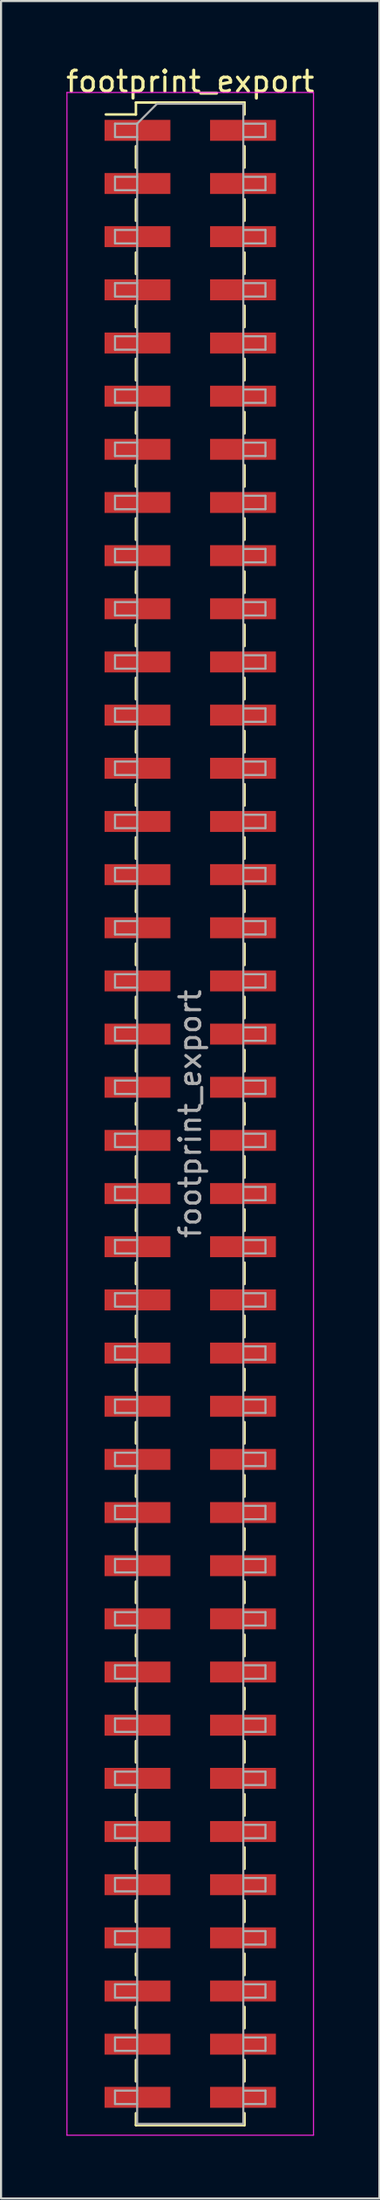
<source format=kicad_pcb>
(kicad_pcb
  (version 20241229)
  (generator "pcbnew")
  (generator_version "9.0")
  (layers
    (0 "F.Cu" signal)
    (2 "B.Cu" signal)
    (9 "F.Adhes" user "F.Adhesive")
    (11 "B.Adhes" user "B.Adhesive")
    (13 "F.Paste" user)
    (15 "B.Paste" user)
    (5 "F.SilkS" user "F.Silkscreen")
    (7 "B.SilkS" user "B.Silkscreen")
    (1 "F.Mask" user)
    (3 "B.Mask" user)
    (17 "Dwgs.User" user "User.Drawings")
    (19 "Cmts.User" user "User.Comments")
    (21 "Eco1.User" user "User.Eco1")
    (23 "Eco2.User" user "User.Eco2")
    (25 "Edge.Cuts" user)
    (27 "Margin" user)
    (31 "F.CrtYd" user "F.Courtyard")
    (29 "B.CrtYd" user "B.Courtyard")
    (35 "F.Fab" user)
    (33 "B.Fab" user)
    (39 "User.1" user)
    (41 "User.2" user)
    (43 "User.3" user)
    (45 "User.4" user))
  (footprint "footprint_export"
    (layer "F.Cu")
    (at 6.054 50.168)
    (property "Reference" "footprint_export" (at 0 -49.32 0) (layer "F.SilkS") (effects (font (size 1 1) (thickness 0.15))))
    (attr smd)
    (fp_line (start -4.04 -47.75) (end -2.6 -47.75) (stroke (width 0.12) (type solid)) (layer "F.SilkS"))
    (fp_line (start -2.6 -48.32) (end -2.6 -47.75) (stroke (width 0.12) (type solid)) (layer "F.SilkS"))
    (fp_line (start -2.6 -48.32) (end 2.6 -48.32) (stroke (width 0.12) (type solid)) (layer "F.SilkS"))
    (fp_line (start -2.6 -46.23) (end -2.6 -45.21) (stroke (width 0.12) (type solid)) (layer "F.SilkS"))
    (fp_line (start -2.6 -43.69) (end -2.6 -42.67) (stroke (width 0.12) (type solid)) (layer "F.SilkS"))
    (fp_line (start -2.6 -41.15) (end -2.6 -40.13) (stroke (width 0.12) (type solid)) (layer "F.SilkS"))
    (fp_line (start -2.6 -38.61) (end -2.6 -37.59) (stroke (width 0.12) (type solid)) (layer "F.SilkS"))
    (fp_line (start -2.6 -36.07) (end -2.6 -35.05) (stroke (width 0.12) (type solid)) (layer "F.SilkS"))
    (fp_line (start -2.6 -33.53) (end -2.6 -32.51) (stroke (width 0.12) (type solid)) (layer "F.SilkS"))
    (fp_line (start -2.6 -30.99) (end -2.6 -29.97) (stroke (width 0.12) (type solid)) (layer "F.SilkS"))
    (fp_line (start -2.6 -28.45) (end -2.6 -27.43) (stroke (width 0.12) (type solid)) (layer "F.SilkS"))
    (fp_line (start -2.6 -25.91) (end -2.6 -24.89) (stroke (width 0.12) (type solid)) (layer "F.SilkS"))
    (fp_line (start -2.6 -23.37) (end -2.6 -22.35) (stroke (width 0.12) (type solid)) (layer "F.SilkS"))
    (fp_line (start -2.6 -20.83) (end -2.6 -19.81) (stroke (width 0.12) (type solid)) (layer "F.SilkS"))
    (fp_line (start -2.6 -18.29) (end -2.6 -17.27) (stroke (width 0.12) (type solid)) (layer "F.SilkS"))
    (fp_line (start -2.6 -15.75) (end -2.6 -14.73) (stroke (width 0.12) (type solid)) (layer "F.SilkS"))
    (fp_line (start -2.6 -13.21) (end -2.6 -12.19) (stroke (width 0.12) (type solid)) (layer "F.SilkS"))
    (fp_line (start -2.6 -10.67) (end -2.6 -9.65) (stroke (width 0.12) (type solid)) (layer "F.SilkS"))
    (fp_line (start -2.6 -8.13) (end -2.6 -7.11) (stroke (width 0.12) (type solid)) (layer "F.SilkS"))
    (fp_line (start -2.6 -5.59) (end -2.6 -4.57) (stroke (width 0.12) (type solid)) (layer "F.SilkS"))
    (fp_line (start -2.6 -3.05) (end -2.6 -2.03) (stroke (width 0.12) (type solid)) (layer "F.SilkS"))
    (fp_line (start -2.6 -0.51) (end -2.6 0.51) (stroke (width 0.12) (type solid)) (layer "F.SilkS"))
    (fp_line (start -2.6 2.03) (end -2.6 3.05) (stroke (width 0.12) (type solid)) (layer "F.SilkS"))
    (fp_line (start -2.6 4.57) (end -2.6 5.59) (stroke (width 0.12) (type solid)) (layer "F.SilkS"))
    (fp_line (start -2.6 7.11) (end -2.6 8.13) (stroke (width 0.12) (type solid)) (layer "F.SilkS"))
    (fp_line (start -2.6 9.65) (end -2.6 10.67) (stroke (width 0.12) (type solid)) (layer "F.SilkS"))
    (fp_line (start -2.6 12.19) (end -2.6 13.21) (stroke (width 0.12) (type solid)) (layer "F.SilkS"))
    (fp_line (start -2.6 14.73) (end -2.6 15.75) (stroke (width 0.12) (type solid)) (layer "F.SilkS"))
    (fp_line (start -2.6 17.27) (end -2.6 18.29) (stroke (width 0.12) (type solid)) (layer "F.SilkS"))
    (fp_line (start -2.6 19.81) (end -2.6 20.83) (stroke (width 0.12) (type solid)) (layer "F.SilkS"))
    (fp_line (start -2.6 22.35) (end -2.6 23.37) (stroke (width 0.12) (type solid)) (layer "F.SilkS"))
    (fp_line (start -2.6 24.89) (end -2.6 25.91) (stroke (width 0.12) (type solid)) (layer "F.SilkS"))
    (fp_line (start -2.6 27.43) (end -2.6 28.45) (stroke (width 0.12) (type solid)) (layer "F.SilkS"))
    (fp_line (start -2.6 29.97) (end -2.6 30.99) (stroke (width 0.12) (type solid)) (layer "F.SilkS"))
    (fp_line (start -2.6 32.51) (end -2.6 33.53) (stroke (width 0.12) (type solid)) (layer "F.SilkS"))
    (fp_line (start -2.6 35.05) (end -2.6 36.07) (stroke (width 0.12) (type solid)) (layer "F.SilkS"))
    (fp_line (start -2.6 37.59) (end -2.6 38.61) (stroke (width 0.12) (type solid)) (layer "F.SilkS"))
    (fp_line (start -2.6 40.13) (end -2.6 41.15) (stroke (width 0.12) (type solid)) (layer "F.SilkS"))
    (fp_line (start -2.6 42.67) (end -2.6 43.69) (stroke (width 0.12) (type solid)) (layer "F.SilkS"))
    (fp_line (start -2.6 45.21) (end -2.6 46.23) (stroke (width 0.12) (type solid)) (layer "F.SilkS"))
    (fp_line (start -2.6 47.75) (end -2.6 48.32) (stroke (width 0.12) (type solid)) (layer "F.SilkS"))
    (fp_line (start -2.6 48.32) (end 2.6 48.32) (stroke (width 0.12) (type solid)) (layer "F.SilkS"))
    (fp_line (start 2.6 -48.32) (end 2.6 -47.75) (stroke (width 0.12) (type solid)) (layer "F.SilkS"))
    (fp_line (start 2.6 -46.23) (end 2.6 -45.21) (stroke (width 0.12) (type solid)) (layer "F.SilkS"))
    (fp_line (start 2.6 -43.69) (end 2.6 -42.67) (stroke (width 0.12) (type solid)) (layer "F.SilkS"))
    (fp_line (start 2.6 -41.15) (end 2.6 -40.13) (stroke (width 0.12) (type solid)) (layer "F.SilkS"))
    (fp_line (start 2.6 -38.61) (end 2.6 -37.59) (stroke (width 0.12) (type solid)) (layer "F.SilkS"))
    (fp_line (start 2.6 -36.07) (end 2.6 -35.05) (stroke (width 0.12) (type solid)) (layer "F.SilkS"))
    (fp_line (start 2.6 -33.53) (end 2.6 -32.51) (stroke (width 0.12) (type solid)) (layer "F.SilkS"))
    (fp_line (start 2.6 -30.99) (end 2.6 -29.97) (stroke (width 0.12) (type solid)) (layer "F.SilkS"))
    (fp_line (start 2.6 -28.45) (end 2.6 -27.43) (stroke (width 0.12) (type solid)) (layer "F.SilkS"))
    (fp_line (start 2.6 -25.91) (end 2.6 -24.89) (stroke (width 0.12) (type solid)) (layer "F.SilkS"))
    (fp_line (start 2.6 -23.37) (end 2.6 -22.35) (stroke (width 0.12) (type solid)) (layer "F.SilkS"))
    (fp_line (start 2.6 -20.83) (end 2.6 -19.81) (stroke (width 0.12) (type solid)) (layer "F.SilkS"))
    (fp_line (start 2.6 -18.29) (end 2.6 -17.27) (stroke (width 0.12) (type solid)) (layer "F.SilkS"))
    (fp_line (start 2.6 -15.75) (end 2.6 -14.73) (stroke (width 0.12) (type solid)) (layer "F.SilkS"))
    (fp_line (start 2.6 -13.21) (end 2.6 -12.19) (stroke (width 0.12) (type solid)) (layer "F.SilkS"))
    (fp_line (start 2.6 -10.67) (end 2.6 -9.65) (stroke (width 0.12) (type solid)) (layer "F.SilkS"))
    (fp_line (start 2.6 -8.13) (end 2.6 -7.11) (stroke (width 0.12) (type solid)) (layer "F.SilkS"))
    (fp_line (start 2.6 -5.59) (end 2.6 -4.57) (stroke (width 0.12) (type solid)) (layer "F.SilkS"))
    (fp_line (start 2.6 -3.05) (end 2.6 -2.03) (stroke (width 0.12) (type solid)) (layer "F.SilkS"))
    (fp_line (start 2.6 -0.51) (end 2.6 0.51) (stroke (width 0.12) (type solid)) (layer "F.SilkS"))
    (fp_line (start 2.6 2.03) (end 2.6 3.05) (stroke (width 0.12) (type solid)) (layer "F.SilkS"))
    (fp_line (start 2.6 4.57) (end 2.6 5.59) (stroke (width 0.12) (type solid)) (layer "F.SilkS"))
    (fp_line (start 2.6 7.11) (end 2.6 8.13) (stroke (width 0.12) (type solid)) (layer "F.SilkS"))
    (fp_line (start 2.6 9.65) (end 2.6 10.67) (stroke (width 0.12) (type solid)) (layer "F.SilkS"))
    (fp_line (start 2.6 12.19) (end 2.6 13.21) (stroke (width 0.12) (type solid)) (layer "F.SilkS"))
    (fp_line (start 2.6 14.73) (end 2.6 15.75) (stroke (width 0.12) (type solid)) (layer "F.SilkS"))
    (fp_line (start 2.6 17.27) (end 2.6 18.29) (stroke (width 0.12) (type solid)) (layer "F.SilkS"))
    (fp_line (start 2.6 19.81) (end 2.6 20.83) (stroke (width 0.12) (type solid)) (layer "F.SilkS"))
    (fp_line (start 2.6 22.35) (end 2.6 23.37) (stroke (width 0.12) (type solid)) (layer "F.SilkS"))
    (fp_line (start 2.6 24.89) (end 2.6 25.91) (stroke (width 0.12) (type solid)) (layer "F.SilkS"))
    (fp_line (start 2.6 27.43) (end 2.6 28.45) (stroke (width 0.12) (type solid)) (layer "F.SilkS"))
    (fp_line (start 2.6 29.97) (end 2.6 30.99) (stroke (width 0.12) (type solid)) (layer "F.SilkS"))
    (fp_line (start 2.6 32.51) (end 2.6 33.53) (stroke (width 0.12) (type solid)) (layer "F.SilkS"))
    (fp_line (start 2.6 35.05) (end 2.6 36.07) (stroke (width 0.12) (type solid)) (layer "F.SilkS"))
    (fp_line (start 2.6 37.59) (end 2.6 38.61) (stroke (width 0.12) (type solid)) (layer "F.SilkS"))
    (fp_line (start 2.6 40.13) (end 2.6 41.15) (stroke (width 0.12) (type solid)) (layer "F.SilkS"))
    (fp_line (start 2.6 42.67) (end 2.6 43.69) (stroke (width 0.12) (type solid)) (layer "F.SilkS"))
    (fp_line (start 2.6 45.21) (end 2.6 46.23) (stroke (width 0.12) (type solid)) (layer "F.SilkS"))
    (fp_line (start 2.6 47.75) (end 2.6 48.32) (stroke (width 0.12) (type solid)) (layer "F.SilkS"))
    (fp_line (start -5.9 -48.8) (end -5.9 48.8) (stroke (width 0.05) (type solid)) (layer "F.CrtYd"))
    (fp_line (start -5.9 48.8) (end 5.9 48.8) (stroke (width 0.05) (type solid)) (layer "F.CrtYd"))
    (fp_line (start 5.9 -48.8) (end -5.9 -48.8) (stroke (width 0.05) (type solid)) (layer "F.CrtYd"))
    (fp_line (start 5.9 48.8) (end 5.9 -48.8) (stroke (width 0.05) (type solid)) (layer "F.CrtYd"))
    (fp_line (start -3.6 -47.31) (end -3.6 -46.67) (stroke (width 0.1) (type solid)) (layer "F.Fab"))
    (fp_line (start -3.6 -46.67) (end -2.54 -46.67) (stroke (width 0.1) (type solid)) (layer "F.Fab"))
    (fp_line (start -3.6 -44.77) (end -3.6 -44.13) (stroke (width 0.1) (type solid)) (layer "F.Fab"))
    (fp_line (start -3.6 -44.13) (end -2.54 -44.13) (stroke (width 0.1) (type solid)) (layer "F.Fab"))
    (fp_line (start -3.6 -42.23) (end -3.6 -41.59) (stroke (width 0.1) (type solid)) (layer "F.Fab"))
    (fp_line (start -3.6 -41.59) (end -2.54 -41.59) (stroke (width 0.1) (type solid)) (layer "F.Fab"))
    (fp_line (start -3.6 -39.69) (end -3.6 -39.05) (stroke (width 0.1) (type solid)) (layer "F.Fab"))
    (fp_line (start -3.6 -39.05) (end -2.54 -39.05) (stroke (width 0.1) (type solid)) (layer "F.Fab"))
    (fp_line (start -3.6 -37.15) (end -3.6 -36.51) (stroke (width 0.1) (type solid)) (layer "F.Fab"))
    (fp_line (start -3.6 -36.51) (end -2.54 -36.51) (stroke (width 0.1) (type solid)) (layer "F.Fab"))
    (fp_line (start -3.6 -34.61) (end -3.6 -33.97) (stroke (width 0.1) (type solid)) (layer "F.Fab"))
    (fp_line (start -3.6 -33.97) (end -2.54 -33.97) (stroke (width 0.1) (type solid)) (layer "F.Fab"))
    (fp_line (start -3.6 -32.07) (end -3.6 -31.43) (stroke (width 0.1) (type solid)) (layer "F.Fab"))
    (fp_line (start -3.6 -31.43) (end -2.54 -31.43) (stroke (width 0.1) (type solid)) (layer "F.Fab"))
    (fp_line (start -3.6 -29.53) (end -3.6 -28.89) (stroke (width 0.1) (type solid)) (layer "F.Fab"))
    (fp_line (start -3.6 -28.89) (end -2.54 -28.89) (stroke (width 0.1) (type solid)) (layer "F.Fab"))
    (fp_line (start -3.6 -26.99) (end -3.6 -26.35) (stroke (width 0.1) (type solid)) (layer "F.Fab"))
    (fp_line (start -3.6 -26.35) (end -2.54 -26.35) (stroke (width 0.1) (type solid)) (layer "F.Fab"))
    (fp_line (start -3.6 -24.45) (end -3.6 -23.81) (stroke (width 0.1) (type solid)) (layer "F.Fab"))
    (fp_line (start -3.6 -23.81) (end -2.54 -23.81) (stroke (width 0.1) (type solid)) (layer "F.Fab"))
    (fp_line (start -3.6 -21.91) (end -3.6 -21.27) (stroke (width 0.1) (type solid)) (layer "F.Fab"))
    (fp_line (start -3.6 -21.27) (end -2.54 -21.27) (stroke (width 0.1) (type solid)) (layer "F.Fab"))
    (fp_line (start -3.6 -19.37) (end -3.6 -18.73) (stroke (width 0.1) (type solid)) (layer "F.Fab"))
    (fp_line (start -3.6 -18.73) (end -2.54 -18.73) (stroke (width 0.1) (type solid)) (layer "F.Fab"))
    (fp_line (start -3.6 -16.83) (end -3.6 -16.19) (stroke (width 0.1) (type solid)) (layer "F.Fab"))
    (fp_line (start -3.6 -16.19) (end -2.54 -16.19) (stroke (width 0.1) (type solid)) (layer "F.Fab"))
    (fp_line (start -3.6 -14.29) (end -3.6 -13.65) (stroke (width 0.1) (type solid)) (layer "F.Fab"))
    (fp_line (start -3.6 -13.65) (end -2.54 -13.65) (stroke (width 0.1) (type solid)) (layer "F.Fab"))
    (fp_line (start -3.6 -11.75) (end -3.6 -11.11) (stroke (width 0.1) (type solid)) (layer "F.Fab"))
    (fp_line (start -3.6 -11.11) (end -2.54 -11.11) (stroke (width 0.1) (type solid)) (layer "F.Fab"))
    (fp_line (start -3.6 -9.21) (end -3.6 -8.57) (stroke (width 0.1) (type solid)) (layer "F.Fab"))
    (fp_line (start -3.6 -8.57) (end -2.54 -8.57) (stroke (width 0.1) (type solid)) (layer "F.Fab"))
    (fp_line (start -3.6 -6.67) (end -3.6 -6.03) (stroke (width 0.1) (type solid)) (layer "F.Fab"))
    (fp_line (start -3.6 -6.03) (end -2.54 -6.03) (stroke (width 0.1) (type solid)) (layer "F.Fab"))
    (fp_line (start -3.6 -4.13) (end -3.6 -3.49) (stroke (width 0.1) (type solid)) (layer "F.Fab"))
    (fp_line (start -3.6 -3.49) (end -2.54 -3.49) (stroke (width 0.1) (type solid)) (layer "F.Fab"))
    (fp_line (start -3.6 -1.59) (end -3.6 -0.95) (stroke (width 0.1) (type solid)) (layer "F.Fab"))
    (fp_line (start -3.6 -0.95) (end -2.54 -0.95) (stroke (width 0.1) (type solid)) (layer "F.Fab"))
    (fp_line (start -3.6 0.95) (end -3.6 1.59) (stroke (width 0.1) (type solid)) (layer "F.Fab"))
    (fp_line (start -3.6 1.59) (end -2.54 1.59) (stroke (width 0.1) (type solid)) (layer "F.Fab"))
    (fp_line (start -3.6 3.49) (end -3.6 4.13) (stroke (width 0.1) (type solid)) (layer "F.Fab"))
    (fp_line (start -3.6 4.13) (end -2.54 4.13) (stroke (width 0.1) (type solid)) (layer "F.Fab"))
    (fp_line (start -3.6 6.03) (end -3.6 6.67) (stroke (width 0.1) (type solid)) (layer "F.Fab"))
    (fp_line (start -3.6 6.67) (end -2.54 6.67) (stroke (width 0.1) (type solid)) (layer "F.Fab"))
    (fp_line (start -3.6 8.57) (end -3.6 9.21) (stroke (width 0.1) (type solid)) (layer "F.Fab"))
    (fp_line (start -3.6 9.21) (end -2.54 9.21) (stroke (width 0.1) (type solid)) (layer "F.Fab"))
    (fp_line (start -3.6 11.11) (end -3.6 11.75) (stroke (width 0.1) (type solid)) (layer "F.Fab"))
    (fp_line (start -3.6 11.75) (end -2.54 11.75) (stroke (width 0.1) (type solid)) (layer "F.Fab"))
    (fp_line (start -3.6 13.65) (end -3.6 14.29) (stroke (width 0.1) (type solid)) (layer "F.Fab"))
    (fp_line (start -3.6 14.29) (end -2.54 14.29) (stroke (width 0.1) (type solid)) (layer "F.Fab"))
    (fp_line (start -3.6 16.19) (end -3.6 16.83) (stroke (width 0.1) (type solid)) (layer "F.Fab"))
    (fp_line (start -3.6 16.83) (end -2.54 16.83) (stroke (width 0.1) (type solid)) (layer "F.Fab"))
    (fp_line (start -3.6 18.73) (end -3.6 19.37) (stroke (width 0.1) (type solid)) (layer "F.Fab"))
    (fp_line (start -3.6 19.37) (end -2.54 19.37) (stroke (width 0.1) (type solid)) (layer "F.Fab"))
    (fp_line (start -3.6 21.27) (end -3.6 21.91) (stroke (width 0.1) (type solid)) (layer "F.Fab"))
    (fp_line (start -3.6 21.91) (end -2.54 21.91) (stroke (width 0.1) (type solid)) (layer "F.Fab"))
    (fp_line (start -3.6 23.81) (end -3.6 24.45) (stroke (width 0.1) (type solid)) (layer "F.Fab"))
    (fp_line (start -3.6 24.45) (end -2.54 24.45) (stroke (width 0.1) (type solid)) (layer "F.Fab"))
    (fp_line (start -3.6 26.35) (end -3.6 26.99) (stroke (width 0.1) (type solid)) (layer "F.Fab"))
    (fp_line (start -3.6 26.99) (end -2.54 26.99) (stroke (width 0.1) (type solid)) (layer "F.Fab"))
    (fp_line (start -3.6 28.89) (end -3.6 29.53) (stroke (width 0.1) (type solid)) (layer "F.Fab"))
    (fp_line (start -3.6 29.53) (end -2.54 29.53) (stroke (width 0.1) (type solid)) (layer "F.Fab"))
    (fp_line (start -3.6 31.43) (end -3.6 32.07) (stroke (width 0.1) (type solid)) (layer "F.Fab"))
    (fp_line (start -3.6 32.07) (end -2.54 32.07) (stroke (width 0.1) (type solid)) (layer "F.Fab"))
    (fp_line (start -3.6 33.97) (end -3.6 34.61) (stroke (width 0.1) (type solid)) (layer "F.Fab"))
    (fp_line (start -3.6 34.61) (end -2.54 34.61) (stroke (width 0.1) (type solid)) (layer "F.Fab"))
    (fp_line (start -3.6 36.51) (end -3.6 37.15) (stroke (width 0.1) (type solid)) (layer "F.Fab"))
    (fp_line (start -3.6 37.15) (end -2.54 37.15) (stroke (width 0.1) (type solid)) (layer "F.Fab"))
    (fp_line (start -3.6 39.05) (end -3.6 39.69) (stroke (width 0.1) (type solid)) (layer "F.Fab"))
    (fp_line (start -3.6 39.69) (end -2.54 39.69) (stroke (width 0.1) (type solid)) (layer "F.Fab"))
    (fp_line (start -3.6 41.59) (end -3.6 42.23) (stroke (width 0.1) (type solid)) (layer "F.Fab"))
    (fp_line (start -3.6 42.23) (end -2.54 42.23) (stroke (width 0.1) (type solid)) (layer "F.Fab"))
    (fp_line (start -3.6 44.13) (end -3.6 44.77) (stroke (width 0.1) (type solid)) (layer "F.Fab"))
    (fp_line (start -3.6 44.77) (end -2.54 44.77) (stroke (width 0.1) (type solid)) (layer "F.Fab"))
    (fp_line (start -3.6 46.67) (end -3.6 47.31) (stroke (width 0.1) (type solid)) (layer "F.Fab"))
    (fp_line (start -3.6 47.31) (end -2.54 47.31) (stroke (width 0.1) (type solid)) (layer "F.Fab"))
    (fp_line (start -2.54 -47.31) (end -3.6 -47.31) (stroke (width 0.1) (type solid)) (layer "F.Fab"))
    (fp_line (start -2.54 -47.31) (end -1.59 -48.26) (stroke (width 0.1) (type solid)) (layer "F.Fab"))
    (fp_line (start -2.54 -44.77) (end -3.6 -44.77) (stroke (width 0.1) (type solid)) (layer "F.Fab"))
    (fp_line (start -2.54 -42.23) (end -3.6 -42.23) (stroke (width 0.1) (type solid)) (layer "F.Fab"))
    (fp_line (start -2.54 -39.69) (end -3.6 -39.69) (stroke (width 0.1) (type solid)) (layer "F.Fab"))
    (fp_line (start -2.54 -37.15) (end -3.6 -37.15) (stroke (width 0.1) (type solid)) (layer "F.Fab"))
    (fp_line (start -2.54 -34.61) (end -3.6 -34.61) (stroke (width 0.1) (type solid)) (layer "F.Fab"))
    (fp_line (start -2.54 -32.07) (end -3.6 -32.07) (stroke (width 0.1) (type solid)) (layer "F.Fab"))
    (fp_line (start -2.54 -29.53) (end -3.6 -29.53) (stroke (width 0.1) (type solid)) (layer "F.Fab"))
    (fp_line (start -2.54 -26.99) (end -3.6 -26.99) (stroke (width 0.1) (type solid)) (layer "F.Fab"))
    (fp_line (start -2.54 -24.45) (end -3.6 -24.45) (stroke (width 0.1) (type solid)) (layer "F.Fab"))
    (fp_line (start -2.54 -21.91) (end -3.6 -21.91) (stroke (width 0.1) (type solid)) (layer "F.Fab"))
    (fp_line (start -2.54 -19.37) (end -3.6 -19.37) (stroke (width 0.1) (type solid)) (layer "F.Fab"))
    (fp_line (start -2.54 -16.83) (end -3.6 -16.83) (stroke (width 0.1) (type solid)) (layer "F.Fab"))
    (fp_line (start -2.54 -14.29) (end -3.6 -14.29) (stroke (width 0.1) (type solid)) (layer "F.Fab"))
    (fp_line (start -2.54 -11.75) (end -3.6 -11.75) (stroke (width 0.1) (type solid)) (layer "F.Fab"))
    (fp_line (start -2.54 -9.21) (end -3.6 -9.21) (stroke (width 0.1) (type solid)) (layer "F.Fab"))
    (fp_line (start -2.54 -6.67) (end -3.6 -6.67) (stroke (width 0.1) (type solid)) (layer "F.Fab"))
    (fp_line (start -2.54 -4.13) (end -3.6 -4.13) (stroke (width 0.1) (type solid)) (layer "F.Fab"))
    (fp_line (start -2.54 -1.59) (end -3.6 -1.59) (stroke (width 0.1) (type solid)) (layer "F.Fab"))
    (fp_line (start -2.54 0.95) (end -3.6 0.95) (stroke (width 0.1) (type solid)) (layer "F.Fab"))
    (fp_line (start -2.54 3.49) (end -3.6 3.49) (stroke (width 0.1) (type solid)) (layer "F.Fab"))
    (fp_line (start -2.54 6.03) (end -3.6 6.03) (stroke (width 0.1) (type solid)) (layer "F.Fab"))
    (fp_line (start -2.54 8.57) (end -3.6 8.57) (stroke (width 0.1) (type solid)) (layer "F.Fab"))
    (fp_line (start -2.54 11.11) (end -3.6 11.11) (stroke (width 0.1) (type solid)) (layer "F.Fab"))
    (fp_line (start -2.54 13.65) (end -3.6 13.65) (stroke (width 0.1) (type solid)) (layer "F.Fab"))
    (fp_line (start -2.54 16.19) (end -3.6 16.19) (stroke (width 0.1) (type solid)) (layer "F.Fab"))
    (fp_line (start -2.54 18.73) (end -3.6 18.73) (stroke (width 0.1) (type solid)) (layer "F.Fab"))
    (fp_line (start -2.54 21.27) (end -3.6 21.27) (stroke (width 0.1) (type solid)) (layer "F.Fab"))
    (fp_line (start -2.54 23.81) (end -3.6 23.81) (stroke (width 0.1) (type solid)) (layer "F.Fab"))
    (fp_line (start -2.54 26.35) (end -3.6 26.35) (stroke (width 0.1) (type solid)) (layer "F.Fab"))
    (fp_line (start -2.54 28.89) (end -3.6 28.89) (stroke (width 0.1) (type solid)) (layer "F.Fab"))
    (fp_line (start -2.54 31.43) (end -3.6 31.43) (stroke (width 0.1) (type solid)) (layer "F.Fab"))
    (fp_line (start -2.54 33.97) (end -3.6 33.97) (stroke (width 0.1) (type solid)) (layer "F.Fab"))
    (fp_line (start -2.54 36.51) (end -3.6 36.51) (stroke (width 0.1) (type solid)) (layer "F.Fab"))
    (fp_line (start -2.54 39.05) (end -3.6 39.05) (stroke (width 0.1) (type solid)) (layer "F.Fab"))
    (fp_line (start -2.54 41.59) (end -3.6 41.59) (stroke (width 0.1) (type solid)) (layer "F.Fab"))
    (fp_line (start -2.54 44.13) (end -3.6 44.13) (stroke (width 0.1) (type solid)) (layer "F.Fab"))
    (fp_line (start -2.54 46.67) (end -3.6 46.67) (stroke (width 0.1) (type solid)) (layer "F.Fab"))
    (fp_line (start -2.54 48.26) (end -2.54 -47.31) (stroke (width 0.1) (type solid)) (layer "F.Fab"))
    (fp_line (start -1.59 -48.26) (end 2.54 -48.26) (stroke (width 0.1) (type solid)) (layer "F.Fab"))
    (fp_line (start 2.54 -48.26) (end 2.54 48.26) (stroke (width 0.1) (type solid)) (layer "F.Fab"))
    (fp_line (start 2.54 -47.31) (end 3.6 -47.31) (stroke (width 0.1) (type solid)) (layer "F.Fab"))
    (fp_line (start 2.54 -44.77) (end 3.6 -44.77) (stroke (width 0.1) (type solid)) (layer "F.Fab"))
    (fp_line (start 2.54 -42.23) (end 3.6 -42.23) (stroke (width 0.1) (type solid)) (layer "F.Fab"))
    (fp_line (start 2.54 -39.69) (end 3.6 -39.69) (stroke (width 0.1) (type solid)) (layer "F.Fab"))
    (fp_line (start 2.54 -37.15) (end 3.6 -37.15) (stroke (width 0.1) (type solid)) (layer "F.Fab"))
    (fp_line (start 2.54 -34.61) (end 3.6 -34.61) (stroke (width 0.1) (type solid)) (layer "F.Fab"))
    (fp_line (start 2.54 -32.07) (end 3.6 -32.07) (stroke (width 0.1) (type solid)) (layer "F.Fab"))
    (fp_line (start 2.54 -29.53) (end 3.6 -29.53) (stroke (width 0.1) (type solid)) (layer "F.Fab"))
    (fp_line (start 2.54 -26.99) (end 3.6 -26.99) (stroke (width 0.1) (type solid)) (layer "F.Fab"))
    (fp_line (start 2.54 -24.45) (end 3.6 -24.45) (stroke (width 0.1) (type solid)) (layer "F.Fab"))
    (fp_line (start 2.54 -21.91) (end 3.6 -21.91) (stroke (width 0.1) (type solid)) (layer "F.Fab"))
    (fp_line (start 2.54 -19.37) (end 3.6 -19.37) (stroke (width 0.1) (type solid)) (layer "F.Fab"))
    (fp_line (start 2.54 -16.83) (end 3.6 -16.83) (stroke (width 0.1) (type solid)) (layer "F.Fab"))
    (fp_line (start 2.54 -14.29) (end 3.6 -14.29) (stroke (width 0.1) (type solid)) (layer "F.Fab"))
    (fp_line (start 2.54 -11.75) (end 3.6 -11.75) (stroke (width 0.1) (type solid)) (layer "F.Fab"))
    (fp_line (start 2.54 -9.21) (end 3.6 -9.21) (stroke (width 0.1) (type solid)) (layer "F.Fab"))
    (fp_line (start 2.54 -6.67) (end 3.6 -6.67) (stroke (width 0.1) (type solid)) (layer "F.Fab"))
    (fp_line (start 2.54 -4.13) (end 3.6 -4.13) (stroke (width 0.1) (type solid)) (layer "F.Fab"))
    (fp_line (start 2.54 -1.59) (end 3.6 -1.59) (stroke (width 0.1) (type solid)) (layer "F.Fab"))
    (fp_line (start 2.54 0.95) (end 3.6 0.95) (stroke (width 0.1) (type solid)) (layer "F.Fab"))
    (fp_line (start 2.54 3.49) (end 3.6 3.49) (stroke (width 0.1) (type solid)) (layer "F.Fab"))
    (fp_line (start 2.54 6.03) (end 3.6 6.03) (stroke (width 0.1) (type solid)) (layer "F.Fab"))
    (fp_line (start 2.54 8.57) (end 3.6 8.57) (stroke (width 0.1) (type solid)) (layer "F.Fab"))
    (fp_line (start 2.54 11.11) (end 3.6 11.11) (stroke (width 0.1) (type solid)) (layer "F.Fab"))
    (fp_line (start 2.54 13.65) (end 3.6 13.65) (stroke (width 0.1) (type solid)) (layer "F.Fab"))
    (fp_line (start 2.54 16.19) (end 3.6 16.19) (stroke (width 0.1) (type solid)) (layer "F.Fab"))
    (fp_line (start 2.54 18.73) (end 3.6 18.73) (stroke (width 0.1) (type solid)) (layer "F.Fab"))
    (fp_line (start 2.54 21.27) (end 3.6 21.27) (stroke (width 0.1) (type solid)) (layer "F.Fab"))
    (fp_line (start 2.54 23.81) (end 3.6 23.81) (stroke (width 0.1) (type solid)) (layer "F.Fab"))
    (fp_line (start 2.54 26.35) (end 3.6 26.35) (stroke (width 0.1) (type solid)) (layer "F.Fab"))
    (fp_line (start 2.54 28.89) (end 3.6 28.89) (stroke (width 0.1) (type solid)) (layer "F.Fab"))
    (fp_line (start 2.54 31.43) (end 3.6 31.43) (stroke (width 0.1) (type solid)) (layer "F.Fab"))
    (fp_line (start 2.54 33.97) (end 3.6 33.97) (stroke (width 0.1) (type solid)) (layer "F.Fab"))
    (fp_line (start 2.54 36.51) (end 3.6 36.51) (stroke (width 0.1) (type solid)) (layer "F.Fab"))
    (fp_line (start 2.54 39.05) (end 3.6 39.05) (stroke (width 0.1) (type solid)) (layer "F.Fab"))
    (fp_line (start 2.54 41.59) (end 3.6 41.59) (stroke (width 0.1) (type solid)) (layer "F.Fab"))
    (fp_line (start 2.54 44.13) (end 3.6 44.13) (stroke (width 0.1) (type solid)) (layer "F.Fab"))
    (fp_line (start 2.54 46.67) (end 3.6 46.67) (stroke (width 0.1) (type solid)) (layer "F.Fab"))
    (fp_line (start 2.54 48.26) (end -2.54 48.26) (stroke (width 0.1) (type solid)) (layer "F.Fab"))
    (fp_line (start 3.6 -47.31) (end 3.6 -46.67) (stroke (width 0.1) (type solid)) (layer "F.Fab"))
    (fp_line (start 3.6 -46.67) (end 2.54 -46.67) (stroke (width 0.1) (type solid)) (layer "F.Fab"))
    (fp_line (start 3.6 -44.77) (end 3.6 -44.13) (stroke (width 0.1) (type solid)) (layer "F.Fab"))
    (fp_line (start 3.6 -44.13) (end 2.54 -44.13) (stroke (width 0.1) (type solid)) (layer "F.Fab"))
    (fp_line (start 3.6 -42.23) (end 3.6 -41.59) (stroke (width 0.1) (type solid)) (layer "F.Fab"))
    (fp_line (start 3.6 -41.59) (end 2.54 -41.59) (stroke (width 0.1) (type solid)) (layer "F.Fab"))
    (fp_line (start 3.6 -39.69) (end 3.6 -39.05) (stroke (width 0.1) (type solid)) (layer "F.Fab"))
    (fp_line (start 3.6 -39.05) (end 2.54 -39.05) (stroke (width 0.1) (type solid)) (layer "F.Fab"))
    (fp_line (start 3.6 -37.15) (end 3.6 -36.51) (stroke (width 0.1) (type solid)) (layer "F.Fab"))
    (fp_line (start 3.6 -36.51) (end 2.54 -36.51) (stroke (width 0.1) (type solid)) (layer "F.Fab"))
    (fp_line (start 3.6 -34.61) (end 3.6 -33.97) (stroke (width 0.1) (type solid)) (layer "F.Fab"))
    (fp_line (start 3.6 -33.97) (end 2.54 -33.97) (stroke (width 0.1) (type solid)) (layer "F.Fab"))
    (fp_line (start 3.6 -32.07) (end 3.6 -31.43) (stroke (width 0.1) (type solid)) (layer "F.Fab"))
    (fp_line (start 3.6 -31.43) (end 2.54 -31.43) (stroke (width 0.1) (type solid)) (layer "F.Fab"))
    (fp_line (start 3.6 -29.53) (end 3.6 -28.89) (stroke (width 0.1) (type solid)) (layer "F.Fab"))
    (fp_line (start 3.6 -28.89) (end 2.54 -28.89) (stroke (width 0.1) (type solid)) (layer "F.Fab"))
    (fp_line (start 3.6 -26.99) (end 3.6 -26.35) (stroke (width 0.1) (type solid)) (layer "F.Fab"))
    (fp_line (start 3.6 -26.35) (end 2.54 -26.35) (stroke (width 0.1) (type solid)) (layer "F.Fab"))
    (fp_line (start 3.6 -24.45) (end 3.6 -23.81) (stroke (width 0.1) (type solid)) (layer "F.Fab"))
    (fp_line (start 3.6 -23.81) (end 2.54 -23.81) (stroke (width 0.1) (type solid)) (layer "F.Fab"))
    (fp_line (start 3.6 -21.91) (end 3.6 -21.27) (stroke (width 0.1) (type solid)) (layer "F.Fab"))
    (fp_line (start 3.6 -21.27) (end 2.54 -21.27) (stroke (width 0.1) (type solid)) (layer "F.Fab"))
    (fp_line (start 3.6 -19.37) (end 3.6 -18.73) (stroke (width 0.1) (type solid)) (layer "F.Fab"))
    (fp_line (start 3.6 -18.73) (end 2.54 -18.73) (stroke (width 0.1) (type solid)) (layer "F.Fab"))
    (fp_line (start 3.6 -16.83) (end 3.6 -16.19) (stroke (width 0.1) (type solid)) (layer "F.Fab"))
    (fp_line (start 3.6 -16.19) (end 2.54 -16.19) (stroke (width 0.1) (type solid)) (layer "F.Fab"))
    (fp_line (start 3.6 -14.29) (end 3.6 -13.65) (stroke (width 0.1) (type solid)) (layer "F.Fab"))
    (fp_line (start 3.6 -13.65) (end 2.54 -13.65) (stroke (width 0.1) (type solid)) (layer "F.Fab"))
    (fp_line (start 3.6 -11.75) (end 3.6 -11.11) (stroke (width 0.1) (type solid)) (layer "F.Fab"))
    (fp_line (start 3.6 -11.11) (end 2.54 -11.11) (stroke (width 0.1) (type solid)) (layer "F.Fab"))
    (fp_line (start 3.6 -9.21) (end 3.6 -8.57) (stroke (width 0.1) (type solid)) (layer "F.Fab"))
    (fp_line (start 3.6 -8.57) (end 2.54 -8.57) (stroke (width 0.1) (type solid)) (layer "F.Fab"))
    (fp_line (start 3.6 -6.67) (end 3.6 -6.03) (stroke (width 0.1) (type solid)) (layer "F.Fab"))
    (fp_line (start 3.6 -6.03) (end 2.54 -6.03) (stroke (width 0.1) (type solid)) (layer "F.Fab"))
    (fp_line (start 3.6 -4.13) (end 3.6 -3.49) (stroke (width 0.1) (type solid)) (layer "F.Fab"))
    (fp_line (start 3.6 -3.49) (end 2.54 -3.49) (stroke (width 0.1) (type solid)) (layer "F.Fab"))
    (fp_line (start 3.6 -1.59) (end 3.6 -0.95) (stroke (width 0.1) (type solid)) (layer "F.Fab"))
    (fp_line (start 3.6 -0.95) (end 2.54 -0.95) (stroke (width 0.1) (type solid)) (layer "F.Fab"))
    (fp_line (start 3.6 0.95) (end 3.6 1.59) (stroke (width 0.1) (type solid)) (layer "F.Fab"))
    (fp_line (start 3.6 1.59) (end 2.54 1.59) (stroke (width 0.1) (type solid)) (layer "F.Fab"))
    (fp_line (start 3.6 3.49) (end 3.6 4.13) (stroke (width 0.1) (type solid)) (layer "F.Fab"))
    (fp_line (start 3.6 4.13) (end 2.54 4.13) (stroke (width 0.1) (type solid)) (layer "F.Fab"))
    (fp_line (start 3.6 6.03) (end 3.6 6.67) (stroke (width 0.1) (type solid)) (layer "F.Fab"))
    (fp_line (start 3.6 6.67) (end 2.54 6.67) (stroke (width 0.1) (type solid)) (layer "F.Fab"))
    (fp_line (start 3.6 8.57) (end 3.6 9.21) (stroke (width 0.1) (type solid)) (layer "F.Fab"))
    (fp_line (start 3.6 9.21) (end 2.54 9.21) (stroke (width 0.1) (type solid)) (layer "F.Fab"))
    (fp_line (start 3.6 11.11) (end 3.6 11.75) (stroke (width 0.1) (type solid)) (layer "F.Fab"))
    (fp_line (start 3.6 11.75) (end 2.54 11.75) (stroke (width 0.1) (type solid)) (layer "F.Fab"))
    (fp_line (start 3.6 13.65) (end 3.6 14.29) (stroke (width 0.1) (type solid)) (layer "F.Fab"))
    (fp_line (start 3.6 14.29) (end 2.54 14.29) (stroke (width 0.1) (type solid)) (layer "F.Fab"))
    (fp_line (start 3.6 16.19) (end 3.6 16.83) (stroke (width 0.1) (type solid)) (layer "F.Fab"))
    (fp_line (start 3.6 16.83) (end 2.54 16.83) (stroke (width 0.1) (type solid)) (layer "F.Fab"))
    (fp_line (start 3.6 18.73) (end 3.6 19.37) (stroke (width 0.1) (type solid)) (layer "F.Fab"))
    (fp_line (start 3.6 19.37) (end 2.54 19.37) (stroke (width 0.1) (type solid)) (layer "F.Fab"))
    (fp_line (start 3.6 21.27) (end 3.6 21.91) (stroke (width 0.1) (type solid)) (layer "F.Fab"))
    (fp_line (start 3.6 21.91) (end 2.54 21.91) (stroke (width 0.1) (type solid)) (layer "F.Fab"))
    (fp_line (start 3.6 23.81) (end 3.6 24.45) (stroke (width 0.1) (type solid)) (layer "F.Fab"))
    (fp_line (start 3.6 24.45) (end 2.54 24.45) (stroke (width 0.1) (type solid)) (layer "F.Fab"))
    (fp_line (start 3.6 26.35) (end 3.6 26.99) (stroke (width 0.1) (type solid)) (layer "F.Fab"))
    (fp_line (start 3.6 26.99) (end 2.54 26.99) (stroke (width 0.1) (type solid)) (layer "F.Fab"))
    (fp_line (start 3.6 28.89) (end 3.6 29.53) (stroke (width 0.1) (type solid)) (layer "F.Fab"))
    (fp_line (start 3.6 29.53) (end 2.54 29.53) (stroke (width 0.1) (type solid)) (layer "F.Fab"))
    (fp_line (start 3.6 31.43) (end 3.6 32.07) (stroke (width 0.1) (type solid)) (layer "F.Fab"))
    (fp_line (start 3.6 32.07) (end 2.54 32.07) (stroke (width 0.1) (type solid)) (layer "F.Fab"))
    (fp_line (start 3.6 33.97) (end 3.6 34.61) (stroke (width 0.1) (type solid)) (layer "F.Fab"))
    (fp_line (start 3.6 34.61) (end 2.54 34.61) (stroke (width 0.1) (type solid)) (layer "F.Fab"))
    (fp_line (start 3.6 36.51) (end 3.6 37.15) (stroke (width 0.1) (type solid)) (layer "F.Fab"))
    (fp_line (start 3.6 37.15) (end 2.54 37.15) (stroke (width 0.1) (type solid)) (layer "F.Fab"))
    (fp_line (start 3.6 39.05) (end 3.6 39.69) (stroke (width 0.1) (type solid)) (layer "F.Fab"))
    (fp_line (start 3.6 39.69) (end 2.54 39.69) (stroke (width 0.1) (type solid)) (layer "F.Fab"))
    (fp_line (start 3.6 41.59) (end 3.6 42.23) (stroke (width 0.1) (type solid)) (layer "F.Fab"))
    (fp_line (start 3.6 42.23) (end 2.54 42.23) (stroke (width 0.1) (type solid)) (layer "F.Fab"))
    (fp_line (start 3.6 44.13) (end 3.6 44.77) (stroke (width 0.1) (type solid)) (layer "F.Fab"))
    (fp_line (start 3.6 44.77) (end 2.54 44.77) (stroke (width 0.1) (type solid)) (layer "F.Fab"))
    (fp_line (start 3.6 46.67) (end 3.6 47.31) (stroke (width 0.1) (type solid)) (layer "F.Fab"))
    (fp_line (start 3.6 47.31) (end 2.54 47.31) (stroke (width 0.1) (type solid)) (layer "F.Fab"))
    (fp_text user "${REFERENCE}" (at 0 0 90) (layer "F.Fab") (effects (font (size 1 1) (thickness 0.15))))
    (pad "1" smd rect (at -2.525 -46.99) (size 3.15 1) (layers "F.Cu" "F.Mask" "F.Paste"))
    (pad "2" smd rect (at 2.525 -46.99) (size 3.15 1) (layers "F.Cu" "F.Mask" "F.Paste"))
    (pad "3" smd rect (at -2.525 -44.45) (size 3.15 1) (layers "F.Cu" "F.Mask" "F.Paste"))
    (pad "4" smd rect (at 2.525 -44.45) (size 3.15 1) (layers "F.Cu" "F.Mask" "F.Paste"))
    (pad "5" smd rect (at -2.525 -41.91) (size 3.15 1) (layers "F.Cu" "F.Mask" "F.Paste"))
    (pad "6" smd rect (at 2.525 -41.91) (size 3.15 1) (layers "F.Cu" "F.Mask" "F.Paste"))
    (pad "7" smd rect (at -2.525 -39.37) (size 3.15 1) (layers "F.Cu" "F.Mask" "F.Paste"))
    (pad "8" smd rect (at 2.525 -39.37) (size 3.15 1) (layers "F.Cu" "F.Mask" "F.Paste"))
    (pad "9" smd rect (at -2.525 -36.83) (size 3.15 1) (layers "F.Cu" "F.Mask" "F.Paste"))
    (pad "10" smd rect (at 2.525 -36.83) (size 3.15 1) (layers "F.Cu" "F.Mask" "F.Paste"))
    (pad "11" smd rect (at -2.525 -34.29) (size 3.15 1) (layers "F.Cu" "F.Mask" "F.Paste"))
    (pad "12" smd rect (at 2.525 -34.29) (size 3.15 1) (layers "F.Cu" "F.Mask" "F.Paste"))
    (pad "13" smd rect (at -2.525 -31.75) (size 3.15 1) (layers "F.Cu" "F.Mask" "F.Paste"))
    (pad "14" smd rect (at 2.525 -31.75) (size 3.15 1) (layers "F.Cu" "F.Mask" "F.Paste"))
    (pad "15" smd rect (at -2.525 -29.21) (size 3.15 1) (layers "F.Cu" "F.Mask" "F.Paste"))
    (pad "16" smd rect (at 2.525 -29.21) (size 3.15 1) (layers "F.Cu" "F.Mask" "F.Paste"))
    (pad "17" smd rect (at -2.525 -26.67) (size 3.15 1) (layers "F.Cu" "F.Mask" "F.Paste"))
    (pad "18" smd rect (at 2.525 -26.67) (size 3.15 1) (layers "F.Cu" "F.Mask" "F.Paste"))
    (pad "19" smd rect (at -2.525 -24.13) (size 3.15 1) (layers "F.Cu" "F.Mask" "F.Paste"))
    (pad "20" smd rect (at 2.525 -24.13) (size 3.15 1) (layers "F.Cu" "F.Mask" "F.Paste"))
    (pad "21" smd rect (at -2.525 -21.59) (size 3.15 1) (layers "F.Cu" "F.Mask" "F.Paste"))
    (pad "22" smd rect (at 2.525 -21.59) (size 3.15 1) (layers "F.Cu" "F.Mask" "F.Paste"))
    (pad "23" smd rect (at -2.525 -19.05) (size 3.15 1) (layers "F.Cu" "F.Mask" "F.Paste"))
    (pad "24" smd rect (at 2.525 -19.05) (size 3.15 1) (layers "F.Cu" "F.Mask" "F.Paste"))
    (pad "25" smd rect (at -2.525 -16.51) (size 3.15 1) (layers "F.Cu" "F.Mask" "F.Paste"))
    (pad "26" smd rect (at 2.525 -16.51) (size 3.15 1) (layers "F.Cu" "F.Mask" "F.Paste"))
    (pad "27" smd rect (at -2.525 -13.97) (size 3.15 1) (layers "F.Cu" "F.Mask" "F.Paste"))
    (pad "28" smd rect (at 2.525 -13.97) (size 3.15 1) (layers "F.Cu" "F.Mask" "F.Paste"))
    (pad "29" smd rect (at -2.525 -11.43) (size 3.15 1) (layers "F.Cu" "F.Mask" "F.Paste"))
    (pad "30" smd rect (at 2.525 -11.43) (size 3.15 1) (layers "F.Cu" "F.Mask" "F.Paste"))
    (pad "31" smd rect (at -2.525 -8.89) (size 3.15 1) (layers "F.Cu" "F.Mask" "F.Paste"))
    (pad "32" smd rect (at 2.525 -8.89) (size 3.15 1) (layers "F.Cu" "F.Mask" "F.Paste"))
    (pad "33" smd rect (at -2.525 -6.35) (size 3.15 1) (layers "F.Cu" "F.Mask" "F.Paste"))
    (pad "34" smd rect (at 2.525 -6.35) (size 3.15 1) (layers "F.Cu" "F.Mask" "F.Paste"))
    (pad "35" smd rect (at -2.525 -3.81) (size 3.15 1) (layers "F.Cu" "F.Mask" "F.Paste"))
    (pad "36" smd rect (at 2.525 -3.81) (size 3.15 1) (layers "F.Cu" "F.Mask" "F.Paste"))
    (pad "37" smd rect (at -2.525 -1.27) (size 3.15 1) (layers "F.Cu" "F.Mask" "F.Paste"))
    (pad "38" smd rect (at 2.525 -1.27) (size 3.15 1) (layers "F.Cu" "F.Mask" "F.Paste"))
    (pad "39" smd rect (at -2.525 1.27) (size 3.15 1) (layers "F.Cu" "F.Mask" "F.Paste"))
    (pad "40" smd rect (at 2.525 1.27) (size 3.15 1) (layers "F.Cu" "F.Mask" "F.Paste"))
    (pad "41" smd rect (at -2.525 3.81) (size 3.15 1) (layers "F.Cu" "F.Mask" "F.Paste"))
    (pad "42" smd rect (at 2.525 3.81) (size 3.15 1) (layers "F.Cu" "F.Mask" "F.Paste"))
    (pad "43" smd rect (at -2.525 6.35) (size 3.15 1) (layers "F.Cu" "F.Mask" "F.Paste"))
    (pad "44" smd rect (at 2.525 6.35) (size 3.15 1) (layers "F.Cu" "F.Mask" "F.Paste"))
    (pad "45" smd rect (at -2.525 8.89) (size 3.15 1) (layers "F.Cu" "F.Mask" "F.Paste"))
    (pad "46" smd rect (at 2.525 8.89) (size 3.15 1) (layers "F.Cu" "F.Mask" "F.Paste"))
    (pad "47" smd rect (at -2.525 11.43) (size 3.15 1) (layers "F.Cu" "F.Mask" "F.Paste"))
    (pad "48" smd rect (at 2.525 11.43) (size 3.15 1) (layers "F.Cu" "F.Mask" "F.Paste"))
    (pad "49" smd rect (at -2.525 13.97) (size 3.15 1) (layers "F.Cu" "F.Mask" "F.Paste"))
    (pad "50" smd rect (at 2.525 13.97) (size 3.15 1) (layers "F.Cu" "F.Mask" "F.Paste"))
    (pad "51" smd rect (at -2.525 16.51) (size 3.15 1) (layers "F.Cu" "F.Mask" "F.Paste"))
    (pad "52" smd rect (at 2.525 16.51) (size 3.15 1) (layers "F.Cu" "F.Mask" "F.Paste"))
    (pad "53" smd rect (at -2.525 19.05) (size 3.15 1) (layers "F.Cu" "F.Mask" "F.Paste"))
    (pad "54" smd rect (at 2.525 19.05) (size 3.15 1) (layers "F.Cu" "F.Mask" "F.Paste"))
    (pad "55" smd rect (at -2.525 21.59) (size 3.15 1) (layers "F.Cu" "F.Mask" "F.Paste"))
    (pad "56" smd rect (at 2.525 21.59) (size 3.15 1) (layers "F.Cu" "F.Mask" "F.Paste"))
    (pad "57" smd rect (at -2.525 24.13) (size 3.15 1) (layers "F.Cu" "F.Mask" "F.Paste"))
    (pad "58" smd rect (at 2.525 24.13) (size 3.15 1) (layers "F.Cu" "F.Mask" "F.Paste"))
    (pad "59" smd rect (at -2.525 26.67) (size 3.15 1) (layers "F.Cu" "F.Mask" "F.Paste"))
    (pad "60" smd rect (at 2.525 26.67) (size 3.15 1) (layers "F.Cu" "F.Mask" "F.Paste"))
    (pad "61" smd rect (at -2.525 29.21) (size 3.15 1) (layers "F.Cu" "F.Mask" "F.Paste"))
    (pad "62" smd rect (at 2.525 29.21) (size 3.15 1) (layers "F.Cu" "F.Mask" "F.Paste"))
    (pad "63" smd rect (at -2.525 31.75) (size 3.15 1) (layers "F.Cu" "F.Mask" "F.Paste"))
    (pad "64" smd rect (at 2.525 31.75) (size 3.15 1) (layers "F.Cu" "F.Mask" "F.Paste"))
    (pad "65" smd rect (at -2.525 34.29) (size 3.15 1) (layers "F.Cu" "F.Mask" "F.Paste"))
    (pad "66" smd rect (at 2.525 34.29) (size 3.15 1) (layers "F.Cu" "F.Mask" "F.Paste"))
    (pad "67" smd rect (at -2.525 36.83) (size 3.15 1) (layers "F.Cu" "F.Mask" "F.Paste"))
    (pad "68" smd rect (at 2.525 36.83) (size 3.15 1) (layers "F.Cu" "F.Mask" "F.Paste"))
    (pad "69" smd rect (at -2.525 39.37) (size 3.15 1) (layers "F.Cu" "F.Mask" "F.Paste"))
    (pad "70" smd rect (at 2.525 39.37) (size 3.15 1) (layers "F.Cu" "F.Mask" "F.Paste"))
    (pad "71" smd rect (at -2.525 41.91) (size 3.15 1) (layers "F.Cu" "F.Mask" "F.Paste"))
    (pad "72" smd rect (at 2.525 41.91) (size 3.15 1) (layers "F.Cu" "F.Mask" "F.Paste"))
    (pad "73" smd rect (at -2.525 44.45) (size 3.15 1) (layers "F.Cu" "F.Mask" "F.Paste"))
    (pad "74" smd rect (at 2.525 44.45) (size 3.15 1) (layers "F.Cu" "F.Mask" "F.Paste"))
    (pad "75" smd rect (at -2.525 46.99) (size 3.15 1) (layers "F.Cu" "F.Mask" "F.Paste"))
    (pad "76" smd rect (at 2.525 46.99) (size 3.15 1) (layers "F.Cu" "F.Mask" "F.Paste")))
  (gr_rect
    (start -3 -3)
    (end 15.107 101.993)
    (stroke (width 0.1) (type default))
    (fill no)
    (layer "Edge.Cuts")))
</source>
